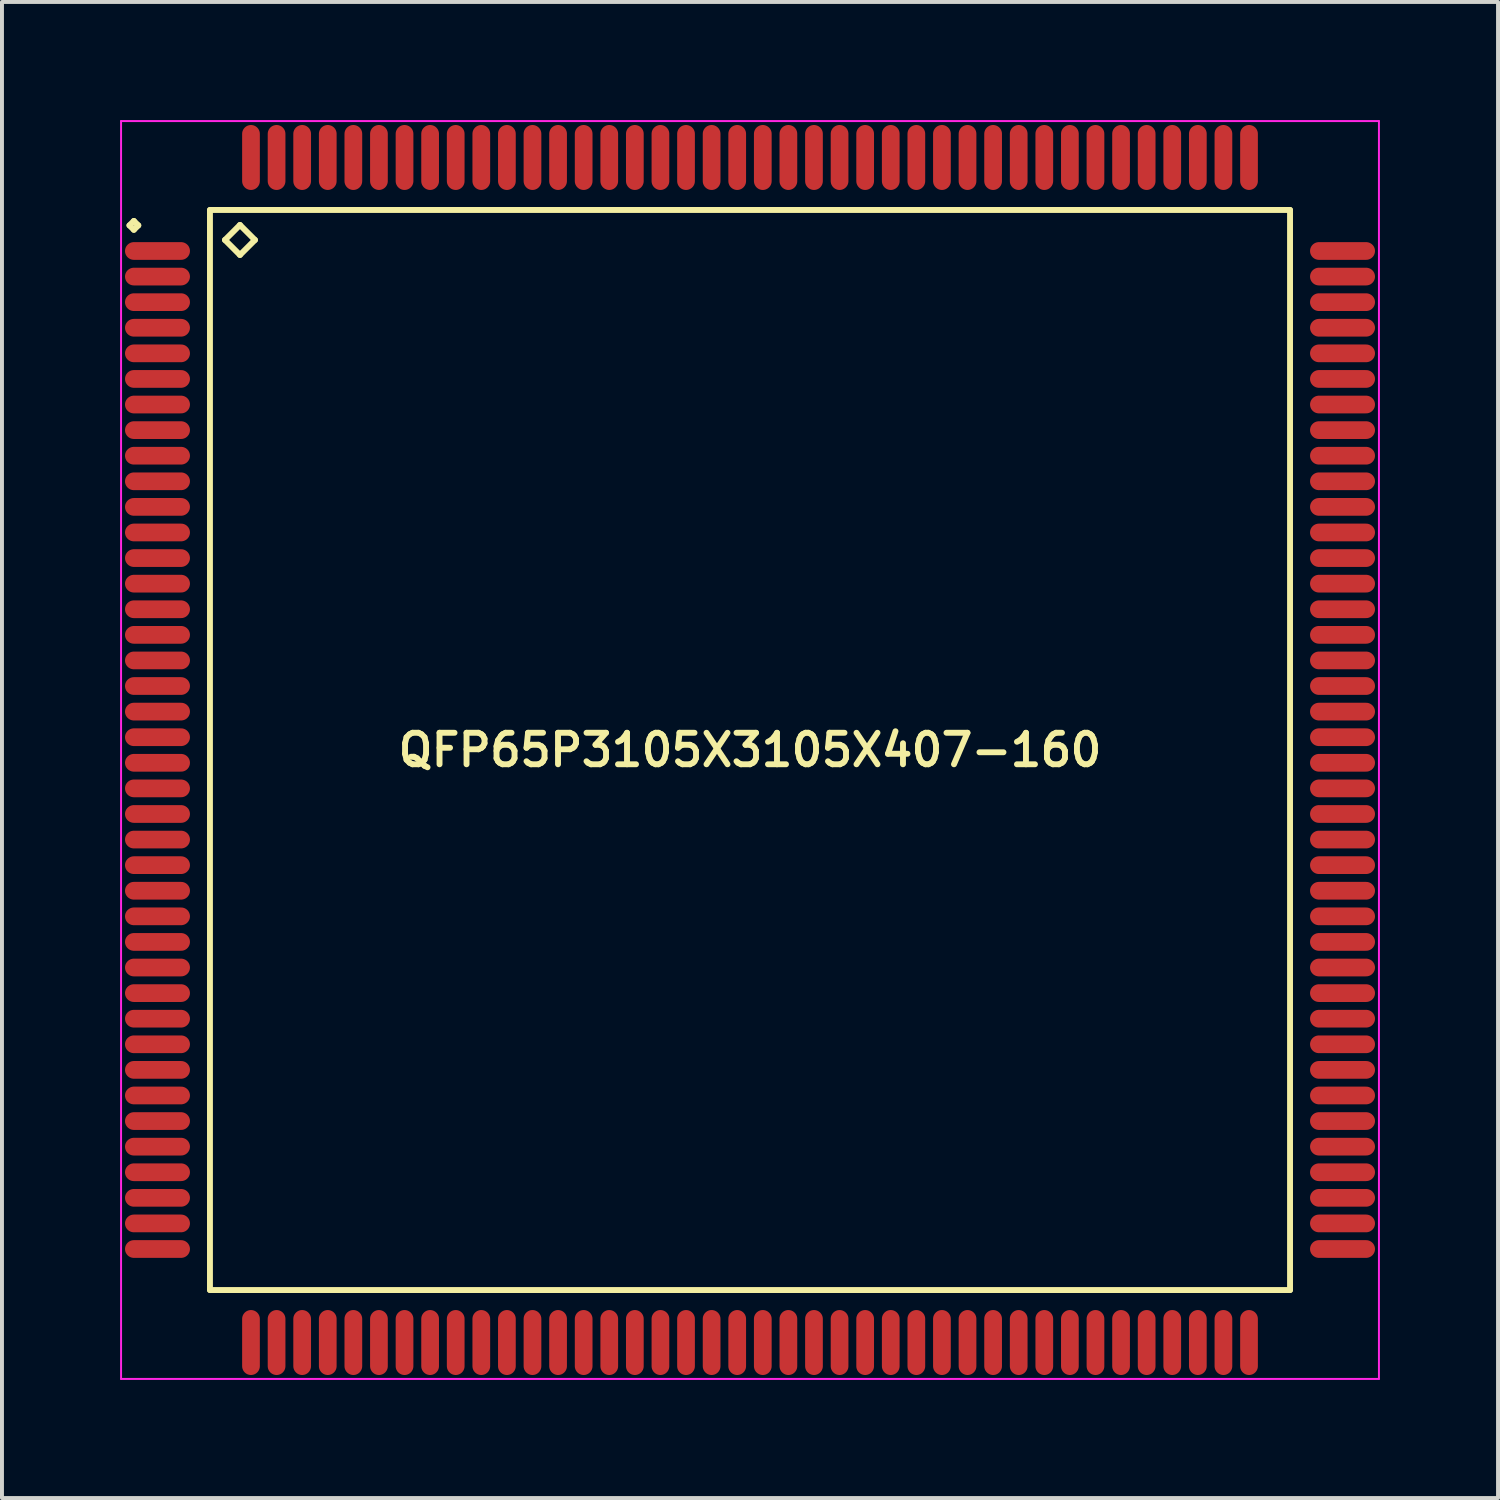
<source format=kicad_pcb>
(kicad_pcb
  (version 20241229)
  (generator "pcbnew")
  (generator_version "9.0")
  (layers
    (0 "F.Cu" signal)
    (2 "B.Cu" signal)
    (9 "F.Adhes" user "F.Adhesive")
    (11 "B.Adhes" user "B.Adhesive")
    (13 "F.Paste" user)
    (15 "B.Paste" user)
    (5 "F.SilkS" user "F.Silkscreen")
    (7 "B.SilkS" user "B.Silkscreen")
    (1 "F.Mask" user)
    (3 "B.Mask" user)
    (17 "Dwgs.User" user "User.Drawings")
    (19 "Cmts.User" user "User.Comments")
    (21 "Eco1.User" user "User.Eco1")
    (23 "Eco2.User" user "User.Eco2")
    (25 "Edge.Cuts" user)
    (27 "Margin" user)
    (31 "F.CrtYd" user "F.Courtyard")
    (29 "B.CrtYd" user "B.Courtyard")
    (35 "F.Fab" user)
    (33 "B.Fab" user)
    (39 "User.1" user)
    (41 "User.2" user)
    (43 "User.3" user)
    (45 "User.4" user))
  (footprint "QFP65P3105X3105X407-160"
    (layer "F.Cu")
    (at 16 16)
    (property "Reference" "QFP65P3105X3105X407-160" (at 0 0 0) (layer "F.SilkS") (effects (font (size 0.8 0.8) (thickness 0.15))))
    (attr smd)
    (fp_line (start -15.762 -13.325) (end -15.65 -13.438) (stroke (width 0.15) (type solid)) (layer "F.SilkS"))
    (fp_line (start -15.65 -13.438) (end -15.537 -13.325) (stroke (width 0.15) (type solid)) (layer "F.SilkS"))
    (fp_line (start -15.65 -13.213) (end -15.762 -13.325) (stroke (width 0.15) (type solid)) (layer "F.SilkS"))
    (fp_line (start -15.537 -13.325) (end -15.65 -13.213) (stroke (width 0.15) (type solid)) (layer "F.SilkS"))
    (fp_line (start -13.717 -13.717) (end -13.717 13.717) (stroke (width 0.15) (type solid)) (layer "F.SilkS"))
    (fp_line (start -13.717 13.717) (end 13.717 13.717) (stroke (width 0.15) (type solid)) (layer "F.SilkS"))
    (fp_line (start -13.336 -12.955) (end -12.955 -13.336) (stroke (width 0.15) (type solid)) (layer "F.SilkS"))
    (fp_line (start -12.955 -13.336) (end -12.574 -12.955) (stroke (width 0.15) (type solid)) (layer "F.SilkS"))
    (fp_line (start -12.955 -12.574) (end -13.336 -12.955) (stroke (width 0.15) (type solid)) (layer "F.SilkS"))
    (fp_line (start -12.574 -12.955) (end -12.955 -12.574) (stroke (width 0.15) (type solid)) (layer "F.SilkS"))
    (fp_line (start 13.717 -13.717) (end -13.717 -13.717) (stroke (width 0.15) (type solid)) (layer "F.SilkS"))
    (fp_line (start 13.717 13.717) (end 13.717 -13.717) (stroke (width 0.15) (type solid)) (layer "F.SilkS"))
    (fp_line (start -15.975 -15.975) (end 15.975 -15.975) (stroke (width 0.05) (type solid)) (layer "F.CrtYd"))
    (fp_line (start -15.975 15.975) (end -15.975 -15.975) (stroke (width 0.05) (type solid)) (layer "F.CrtYd"))
    (fp_line (start 15.975 -15.975) (end 15.975 15.975) (stroke (width 0.05) (type solid)) (layer "F.CrtYd"))
    (fp_line (start 15.975 15.975) (end -15.975 15.975) (stroke (width 0.05) (type solid)) (layer "F.CrtYd"))
    (pad "1" smd oval (at -15.05 -12.675) (size 1.65 0.45) (layers "F.Cu" "F.Mask" "F.Paste"))
    (pad "2" smd oval (at -15.05 -12.025) (size 1.65 0.45) (layers "F.Cu" "F.Mask" "F.Paste"))
    (pad "3" smd oval (at -15.05 -11.375) (size 1.65 0.45) (layers "F.Cu" "F.Mask" "F.Paste"))
    (pad "4" smd oval (at -15.05 -10.725) (size 1.65 0.45) (layers "F.Cu" "F.Mask" "F.Paste"))
    (pad "5" smd oval (at -15.05 -10.075) (size 1.65 0.45) (layers "F.Cu" "F.Mask" "F.Paste"))
    (pad "6" smd oval (at -15.05 -9.425) (size 1.65 0.45) (layers "F.Cu" "F.Mask" "F.Paste"))
    (pad "7" smd oval (at -15.05 -8.775) (size 1.65 0.45) (layers "F.Cu" "F.Mask" "F.Paste"))
    (pad "8" smd oval (at -15.05 -8.125) (size 1.65 0.45) (layers "F.Cu" "F.Mask" "F.Paste"))
    (pad "9" smd oval (at -15.05 -7.475) (size 1.65 0.45) (layers "F.Cu" "F.Mask" "F.Paste"))
    (pad "10" smd oval (at -15.05 -6.825) (size 1.65 0.45) (layers "F.Cu" "F.Mask" "F.Paste"))
    (pad "11" smd oval (at -15.05 -6.175) (size 1.65 0.45) (layers "F.Cu" "F.Mask" "F.Paste"))
    (pad "12" smd oval (at -15.05 -5.525) (size 1.65 0.45) (layers "F.Cu" "F.Mask" "F.Paste"))
    (pad "13" smd oval (at -15.05 -4.875) (size 1.65 0.45) (layers "F.Cu" "F.Mask" "F.Paste"))
    (pad "14" smd oval (at -15.05 -4.225) (size 1.65 0.45) (layers "F.Cu" "F.Mask" "F.Paste"))
    (pad "15" smd oval (at -15.05 -3.575) (size 1.65 0.45) (layers "F.Cu" "F.Mask" "F.Paste"))
    (pad "16" smd oval (at -15.05 -2.925) (size 1.65 0.45) (layers "F.Cu" "F.Mask" "F.Paste"))
    (pad "17" smd oval (at -15.05 -2.275) (size 1.65 0.45) (layers "F.Cu" "F.Mask" "F.Paste"))
    (pad "18" smd oval (at -15.05 -1.625) (size 1.65 0.45) (layers "F.Cu" "F.Mask" "F.Paste"))
    (pad "19" smd oval (at -15.05 -0.975) (size 1.65 0.45) (layers "F.Cu" "F.Mask" "F.Paste"))
    (pad "20" smd oval (at -15.05 -0.325) (size 1.65 0.45) (layers "F.Cu" "F.Mask" "F.Paste"))
    (pad "21" smd oval (at -15.05 0.325) (size 1.65 0.45) (layers "F.Cu" "F.Mask" "F.Paste"))
    (pad "22" smd oval (at -15.05 0.975) (size 1.65 0.45) (layers "F.Cu" "F.Mask" "F.Paste"))
    (pad "23" smd oval (at -15.05 1.625) (size 1.65 0.45) (layers "F.Cu" "F.Mask" "F.Paste"))
    (pad "24" smd oval (at -15.05 2.275) (size 1.65 0.45) (layers "F.Cu" "F.Mask" "F.Paste"))
    (pad "25" smd oval (at -15.05 2.925) (size 1.65 0.45) (layers "F.Cu" "F.Mask" "F.Paste"))
    (pad "26" smd oval (at -15.05 3.575) (size 1.65 0.45) (layers "F.Cu" "F.Mask" "F.Paste"))
    (pad "27" smd oval (at -15.05 4.225) (size 1.65 0.45) (layers "F.Cu" "F.Mask" "F.Paste"))
    (pad "28" smd oval (at -15.05 4.875) (size 1.65 0.45) (layers "F.Cu" "F.Mask" "F.Paste"))
    (pad "29" smd oval (at -15.05 5.525) (size 1.65 0.45) (layers "F.Cu" "F.Mask" "F.Paste"))
    (pad "30" smd oval (at -15.05 6.175) (size 1.65 0.45) (layers "F.Cu" "F.Mask" "F.Paste"))
    (pad "31" smd oval (at -15.05 6.825) (size 1.65 0.45) (layers "F.Cu" "F.Mask" "F.Paste"))
    (pad "32" smd oval (at -15.05 7.475) (size 1.65 0.45) (layers "F.Cu" "F.Mask" "F.Paste"))
    (pad "33" smd oval (at -15.05 8.125) (size 1.65 0.45) (layers "F.Cu" "F.Mask" "F.Paste"))
    (pad "34" smd oval (at -15.05 8.775) (size 1.65 0.45) (layers "F.Cu" "F.Mask" "F.Paste"))
    (pad "35" smd oval (at -15.05 9.425) (size 1.65 0.45) (layers "F.Cu" "F.Mask" "F.Paste"))
    (pad "36" smd oval (at -15.05 10.075) (size 1.65 0.45) (layers "F.Cu" "F.Mask" "F.Paste"))
    (pad "37" smd oval (at -15.05 10.725) (size 1.65 0.45) (layers "F.Cu" "F.Mask" "F.Paste"))
    (pad "38" smd oval (at -15.05 11.375) (size 1.65 0.45) (layers "F.Cu" "F.Mask" "F.Paste"))
    (pad "39" smd oval (at -15.05 12.025) (size 1.65 0.45) (layers "F.Cu" "F.Mask" "F.Paste"))
    (pad "40" smd oval (at -15.05 12.675) (size 1.65 0.45) (layers "F.Cu" "F.Mask" "F.Paste"))
    (pad "41" smd oval (at -12.675 15.05) (size 0.45 1.65) (layers "F.Cu" "F.Mask" "F.Paste"))
    (pad "42" smd oval (at -12.025 15.05) (size 0.45 1.65) (layers "F.Cu" "F.Mask" "F.Paste"))
    (pad "43" smd oval (at -11.375 15.05) (size 0.45 1.65) (layers "F.Cu" "F.Mask" "F.Paste"))
    (pad "44" smd oval (at -10.725 15.05) (size 0.45 1.65) (layers "F.Cu" "F.Mask" "F.Paste"))
    (pad "45" smd oval (at -10.075 15.05) (size 0.45 1.65) (layers "F.Cu" "F.Mask" "F.Paste"))
    (pad "46" smd oval (at -9.425 15.05) (size 0.45 1.65) (layers "F.Cu" "F.Mask" "F.Paste"))
    (pad "47" smd oval (at -8.775 15.05) (size 0.45 1.65) (layers "F.Cu" "F.Mask" "F.Paste"))
    (pad "48" smd oval (at -8.125 15.05) (size 0.45 1.65) (layers "F.Cu" "F.Mask" "F.Paste"))
    (pad "49" smd oval (at -7.475 15.05) (size 0.45 1.65) (layers "F.Cu" "F.Mask" "F.Paste"))
    (pad "50" smd oval (at -6.825 15.05) (size 0.45 1.65) (layers "F.Cu" "F.Mask" "F.Paste"))
    (pad "51" smd oval (at -6.175 15.05) (size 0.45 1.65) (layers "F.Cu" "F.Mask" "F.Paste"))
    (pad "52" smd oval (at -5.525 15.05) (size 0.45 1.65) (layers "F.Cu" "F.Mask" "F.Paste"))
    (pad "53" smd oval (at -4.875 15.05) (size 0.45 1.65) (layers "F.Cu" "F.Mask" "F.Paste"))
    (pad "54" smd oval (at -4.225 15.05) (size 0.45 1.65) (layers "F.Cu" "F.Mask" "F.Paste"))
    (pad "55" smd oval (at -3.575 15.05) (size 0.45 1.65) (layers "F.Cu" "F.Mask" "F.Paste"))
    (pad "56" smd oval (at -2.925 15.05) (size 0.45 1.65) (layers "F.Cu" "F.Mask" "F.Paste"))
    (pad "57" smd oval (at -2.275 15.05) (size 0.45 1.65) (layers "F.Cu" "F.Mask" "F.Paste"))
    (pad "58" smd oval (at -1.625 15.05) (size 0.45 1.65) (layers "F.Cu" "F.Mask" "F.Paste"))
    (pad "59" smd oval (at -0.975 15.05) (size 0.45 1.65) (layers "F.Cu" "F.Mask" "F.Paste"))
    (pad "60" smd oval (at -0.325 15.05) (size 0.45 1.65) (layers "F.Cu" "F.Mask" "F.Paste"))
    (pad "61" smd oval (at 0.325 15.05) (size 0.45 1.65) (layers "F.Cu" "F.Mask" "F.Paste"))
    (pad "62" smd oval (at 0.975 15.05) (size 0.45 1.65) (layers "F.Cu" "F.Mask" "F.Paste"))
    (pad "63" smd oval (at 1.625 15.05) (size 0.45 1.65) (layers "F.Cu" "F.Mask" "F.Paste"))
    (pad "64" smd oval (at 2.275 15.05) (size 0.45 1.65) (layers "F.Cu" "F.Mask" "F.Paste"))
    (pad "65" smd oval (at 2.925 15.05) (size 0.45 1.65) (layers "F.Cu" "F.Mask" "F.Paste"))
    (pad "66" smd oval (at 3.575 15.05) (size 0.45 1.65) (layers "F.Cu" "F.Mask" "F.Paste"))
    (pad "67" smd oval (at 4.225 15.05) (size 0.45 1.65) (layers "F.Cu" "F.Mask" "F.Paste"))
    (pad "68" smd oval (at 4.875 15.05) (size 0.45 1.65) (layers "F.Cu" "F.Mask" "F.Paste"))
    (pad "69" smd oval (at 5.525 15.05) (size 0.45 1.65) (layers "F.Cu" "F.Mask" "F.Paste"))
    (pad "70" smd oval (at 6.175 15.05) (size 0.45 1.65) (layers "F.Cu" "F.Mask" "F.Paste"))
    (pad "71" smd oval (at 6.825 15.05) (size 0.45 1.65) (layers "F.Cu" "F.Mask" "F.Paste"))
    (pad "72" smd oval (at 7.475 15.05) (size 0.45 1.65) (layers "F.Cu" "F.Mask" "F.Paste"))
    (pad "73" smd oval (at 8.125 15.05) (size 0.45 1.65) (layers "F.Cu" "F.Mask" "F.Paste"))
    (pad "74" smd oval (at 8.775 15.05) (size 0.45 1.65) (layers "F.Cu" "F.Mask" "F.Paste"))
    (pad "75" smd oval (at 9.425 15.05) (size 0.45 1.65) (layers "F.Cu" "F.Mask" "F.Paste"))
    (pad "76" smd oval (at 10.075 15.05) (size 0.45 1.65) (layers "F.Cu" "F.Mask" "F.Paste"))
    (pad "77" smd oval (at 10.725 15.05) (size 0.45 1.65) (layers "F.Cu" "F.Mask" "F.Paste"))
    (pad "78" smd oval (at 11.375 15.05) (size 0.45 1.65) (layers "F.Cu" "F.Mask" "F.Paste"))
    (pad "79" smd oval (at 12.025 15.05) (size 0.45 1.65) (layers "F.Cu" "F.Mask" "F.Paste"))
    (pad "80" smd oval (at 12.675 15.05) (size 0.45 1.65) (layers "F.Cu" "F.Mask" "F.Paste"))
    (pad "81" smd oval (at 15.05 12.675) (size 1.65 0.45) (layers "F.Cu" "F.Mask" "F.Paste"))
    (pad "82" smd oval (at 15.05 12.025) (size 1.65 0.45) (layers "F.Cu" "F.Mask" "F.Paste"))
    (pad "83" smd oval (at 15.05 11.375) (size 1.65 0.45) (layers "F.Cu" "F.Mask" "F.Paste"))
    (pad "84" smd oval (at 15.05 10.725) (size 1.65 0.45) (layers "F.Cu" "F.Mask" "F.Paste"))
    (pad "85" smd oval (at 15.05 10.075) (size 1.65 0.45) (layers "F.Cu" "F.Mask" "F.Paste"))
    (pad "86" smd oval (at 15.05 9.425) (size 1.65 0.45) (layers "F.Cu" "F.Mask" "F.Paste"))
    (pad "87" smd oval (at 15.05 8.775) (size 1.65 0.45) (layers "F.Cu" "F.Mask" "F.Paste"))
    (pad "88" smd oval (at 15.05 8.125) (size 1.65 0.45) (layers "F.Cu" "F.Mask" "F.Paste"))
    (pad "89" smd oval (at 15.05 7.475) (size 1.65 0.45) (layers "F.Cu" "F.Mask" "F.Paste"))
    (pad "90" smd oval (at 15.05 6.825) (size 1.65 0.45) (layers "F.Cu" "F.Mask" "F.Paste"))
    (pad "91" smd oval (at 15.05 6.175) (size 1.65 0.45) (layers "F.Cu" "F.Mask" "F.Paste"))
    (pad "92" smd oval (at 15.05 5.525) (size 1.65 0.45) (layers "F.Cu" "F.Mask" "F.Paste"))
    (pad "93" smd oval (at 15.05 4.875) (size 1.65 0.45) (layers "F.Cu" "F.Mask" "F.Paste"))
    (pad "94" smd oval (at 15.05 4.225) (size 1.65 0.45) (layers "F.Cu" "F.Mask" "F.Paste"))
    (pad "95" smd oval (at 15.05 3.575) (size 1.65 0.45) (layers "F.Cu" "F.Mask" "F.Paste"))
    (pad "96" smd oval (at 15.05 2.925) (size 1.65 0.45) (layers "F.Cu" "F.Mask" "F.Paste"))
    (pad "97" smd oval (at 15.05 2.275) (size 1.65 0.45) (layers "F.Cu" "F.Mask" "F.Paste"))
    (pad "98" smd oval (at 15.05 1.625) (size 1.65 0.45) (layers "F.Cu" "F.Mask" "F.Paste"))
    (pad "99" smd oval (at 15.05 0.975) (size 1.65 0.45) (layers "F.Cu" "F.Mask" "F.Paste"))
    (pad "100" smd oval (at 15.05 0.325) (size 1.65 0.45) (layers "F.Cu" "F.Mask" "F.Paste"))
    (pad "101" smd oval (at 15.05 -0.325) (size 1.65 0.45) (layers "F.Cu" "F.Mask" "F.Paste"))
    (pad "102" smd oval (at 15.05 -0.975) (size 1.65 0.45) (layers "F.Cu" "F.Mask" "F.Paste"))
    (pad "103" smd oval (at 15.05 -1.625) (size 1.65 0.45) (layers "F.Cu" "F.Mask" "F.Paste"))
    (pad "104" smd oval (at 15.05 -2.275) (size 1.65 0.45) (layers "F.Cu" "F.Mask" "F.Paste"))
    (pad "105" smd oval (at 15.05 -2.925) (size 1.65 0.45) (layers "F.Cu" "F.Mask" "F.Paste"))
    (pad "106" smd oval (at 15.05 -3.575) (size 1.65 0.45) (layers "F.Cu" "F.Mask" "F.Paste"))
    (pad "107" smd oval (at 15.05 -4.225) (size 1.65 0.45) (layers "F.Cu" "F.Mask" "F.Paste"))
    (pad "108" smd oval (at 15.05 -4.875) (size 1.65 0.45) (layers "F.Cu" "F.Mask" "F.Paste"))
    (pad "109" smd oval (at 15.05 -5.525) (size 1.65 0.45) (layers "F.Cu" "F.Mask" "F.Paste"))
    (pad "110" smd oval (at 15.05 -6.175) (size 1.65 0.45) (layers "F.Cu" "F.Mask" "F.Paste"))
    (pad "111" smd oval (at 15.05 -6.825) (size 1.65 0.45) (layers "F.Cu" "F.Mask" "F.Paste"))
    (pad "112" smd oval (at 15.05 -7.475) (size 1.65 0.45) (layers "F.Cu" "F.Mask" "F.Paste"))
    (pad "113" smd oval (at 15.05 -8.125) (size 1.65 0.45) (layers "F.Cu" "F.Mask" "F.Paste"))
    (pad "114" smd oval (at 15.05 -8.775) (size 1.65 0.45) (layers "F.Cu" "F.Mask" "F.Paste"))
    (pad "115" smd oval (at 15.05 -9.425) (size 1.65 0.45) (layers "F.Cu" "F.Mask" "F.Paste"))
    (pad "116" smd oval (at 15.05 -10.075) (size 1.65 0.45) (layers "F.Cu" "F.Mask" "F.Paste"))
    (pad "117" smd oval (at 15.05 -10.725) (size 1.65 0.45) (layers "F.Cu" "F.Mask" "F.Paste"))
    (pad "118" smd oval (at 15.05 -11.375) (size 1.65 0.45) (layers "F.Cu" "F.Mask" "F.Paste"))
    (pad "119" smd oval (at 15.05 -12.025) (size 1.65 0.45) (layers "F.Cu" "F.Mask" "F.Paste"))
    (pad "120" smd oval (at 15.05 -12.675) (size 1.65 0.45) (layers "F.Cu" "F.Mask" "F.Paste"))
    (pad "121" smd oval (at 12.675 -15.05) (size 0.45 1.65) (layers "F.Cu" "F.Mask" "F.Paste"))
    (pad "122" smd oval (at 12.025 -15.05) (size 0.45 1.65) (layers "F.Cu" "F.Mask" "F.Paste"))
    (pad "123" smd oval (at 11.375 -15.05) (size 0.45 1.65) (layers "F.Cu" "F.Mask" "F.Paste"))
    (pad "124" smd oval (at 10.725 -15.05) (size 0.45 1.65) (layers "F.Cu" "F.Mask" "F.Paste"))
    (pad "125" smd oval (at 10.075 -15.05) (size 0.45 1.65) (layers "F.Cu" "F.Mask" "F.Paste"))
    (pad "126" smd oval (at 9.425 -15.05) (size 0.45 1.65) (layers "F.Cu" "F.Mask" "F.Paste"))
    (pad "127" smd oval (at 8.775 -15.05) (size 0.45 1.65) (layers "F.Cu" "F.Mask" "F.Paste"))
    (pad "128" smd oval (at 8.125 -15.05) (size 0.45 1.65) (layers "F.Cu" "F.Mask" "F.Paste"))
    (pad "129" smd oval (at 7.475 -15.05) (size 0.45 1.65) (layers "F.Cu" "F.Mask" "F.Paste"))
    (pad "130" smd oval (at 6.825 -15.05) (size 0.45 1.65) (layers "F.Cu" "F.Mask" "F.Paste"))
    (pad "131" smd oval (at 6.175 -15.05) (size 0.45 1.65) (layers "F.Cu" "F.Mask" "F.Paste"))
    (pad "132" smd oval (at 5.525 -15.05) (size 0.45 1.65) (layers "F.Cu" "F.Mask" "F.Paste"))
    (pad "133" smd oval (at 4.875 -15.05) (size 0.45 1.65) (layers "F.Cu" "F.Mask" "F.Paste"))
    (pad "134" smd oval (at 4.225 -15.05) (size 0.45 1.65) (layers "F.Cu" "F.Mask" "F.Paste"))
    (pad "135" smd oval (at 3.575 -15.05) (size 0.45 1.65) (layers "F.Cu" "F.Mask" "F.Paste"))
    (pad "136" smd oval (at 2.925 -15.05) (size 0.45 1.65) (layers "F.Cu" "F.Mask" "F.Paste"))
    (pad "137" smd oval (at 2.275 -15.05) (size 0.45 1.65) (layers "F.Cu" "F.Mask" "F.Paste"))
    (pad "138" smd oval (at 1.625 -15.05) (size 0.45 1.65) (layers "F.Cu" "F.Mask" "F.Paste"))
    (pad "139" smd oval (at 0.975 -15.05) (size 0.45 1.65) (layers "F.Cu" "F.Mask" "F.Paste"))
    (pad "140" smd oval (at 0.325 -15.05) (size 0.45 1.65) (layers "F.Cu" "F.Mask" "F.Paste"))
    (pad "141" smd oval (at -0.325 -15.05) (size 0.45 1.65) (layers "F.Cu" "F.Mask" "F.Paste"))
    (pad "142" smd oval (at -0.975 -15.05) (size 0.45 1.65) (layers "F.Cu" "F.Mask" "F.Paste"))
    (pad "143" smd oval (at -1.625 -15.05) (size 0.45 1.65) (layers "F.Cu" "F.Mask" "F.Paste"))
    (pad "144" smd oval (at -2.275 -15.05) (size 0.45 1.65) (layers "F.Cu" "F.Mask" "F.Paste"))
    (pad "145" smd oval (at -2.925 -15.05) (size 0.45 1.65) (layers "F.Cu" "F.Mask" "F.Paste"))
    (pad "146" smd oval (at -3.575 -15.05) (size 0.45 1.65) (layers "F.Cu" "F.Mask" "F.Paste"))
    (pad "147" smd oval (at -4.225 -15.05) (size 0.45 1.65) (layers "F.Cu" "F.Mask" "F.Paste"))
    (pad "148" smd oval (at -4.875 -15.05) (size 0.45 1.65) (layers "F.Cu" "F.Mask" "F.Paste"))
    (pad "149" smd oval (at -5.525 -15.05) (size 0.45 1.65) (layers "F.Cu" "F.Mask" "F.Paste"))
    (pad "150" smd oval (at -6.175 -15.05) (size 0.45 1.65) (layers "F.Cu" "F.Mask" "F.Paste"))
    (pad "151" smd oval (at -6.825 -15.05) (size 0.45 1.65) (layers "F.Cu" "F.Mask" "F.Paste"))
    (pad "152" smd oval (at -7.475 -15.05) (size 0.45 1.65) (layers "F.Cu" "F.Mask" "F.Paste"))
    (pad "153" smd oval (at -8.125 -15.05) (size 0.45 1.65) (layers "F.Cu" "F.Mask" "F.Paste"))
    (pad "154" smd oval (at -8.775 -15.05) (size 0.45 1.65) (layers "F.Cu" "F.Mask" "F.Paste"))
    (pad "155" smd oval (at -9.425 -15.05) (size 0.45 1.65) (layers "F.Cu" "F.Mask" "F.Paste"))
    (pad "156" smd oval (at -10.075 -15.05) (size 0.45 1.65) (layers "F.Cu" "F.Mask" "F.Paste"))
    (pad "157" smd oval (at -10.725 -15.05) (size 0.45 1.65) (layers "F.Cu" "F.Mask" "F.Paste"))
    (pad "158" smd oval (at -11.375 -15.05) (size 0.45 1.65) (layers "F.Cu" "F.Mask" "F.Paste"))
    (pad "159" smd oval (at -12.025 -15.05) (size 0.45 1.65) (layers "F.Cu" "F.Mask" "F.Paste"))
    (pad "160" smd oval (at -12.675 -15.05) (size 0.45 1.65) (layers "F.Cu" "F.Mask" "F.Paste")))
  (gr_rect
    (start -3 -3)
    (end 35 35)
    (stroke (width 0.1) (type default))
    (fill no)
    (layer "Edge.Cuts")))
</source>
